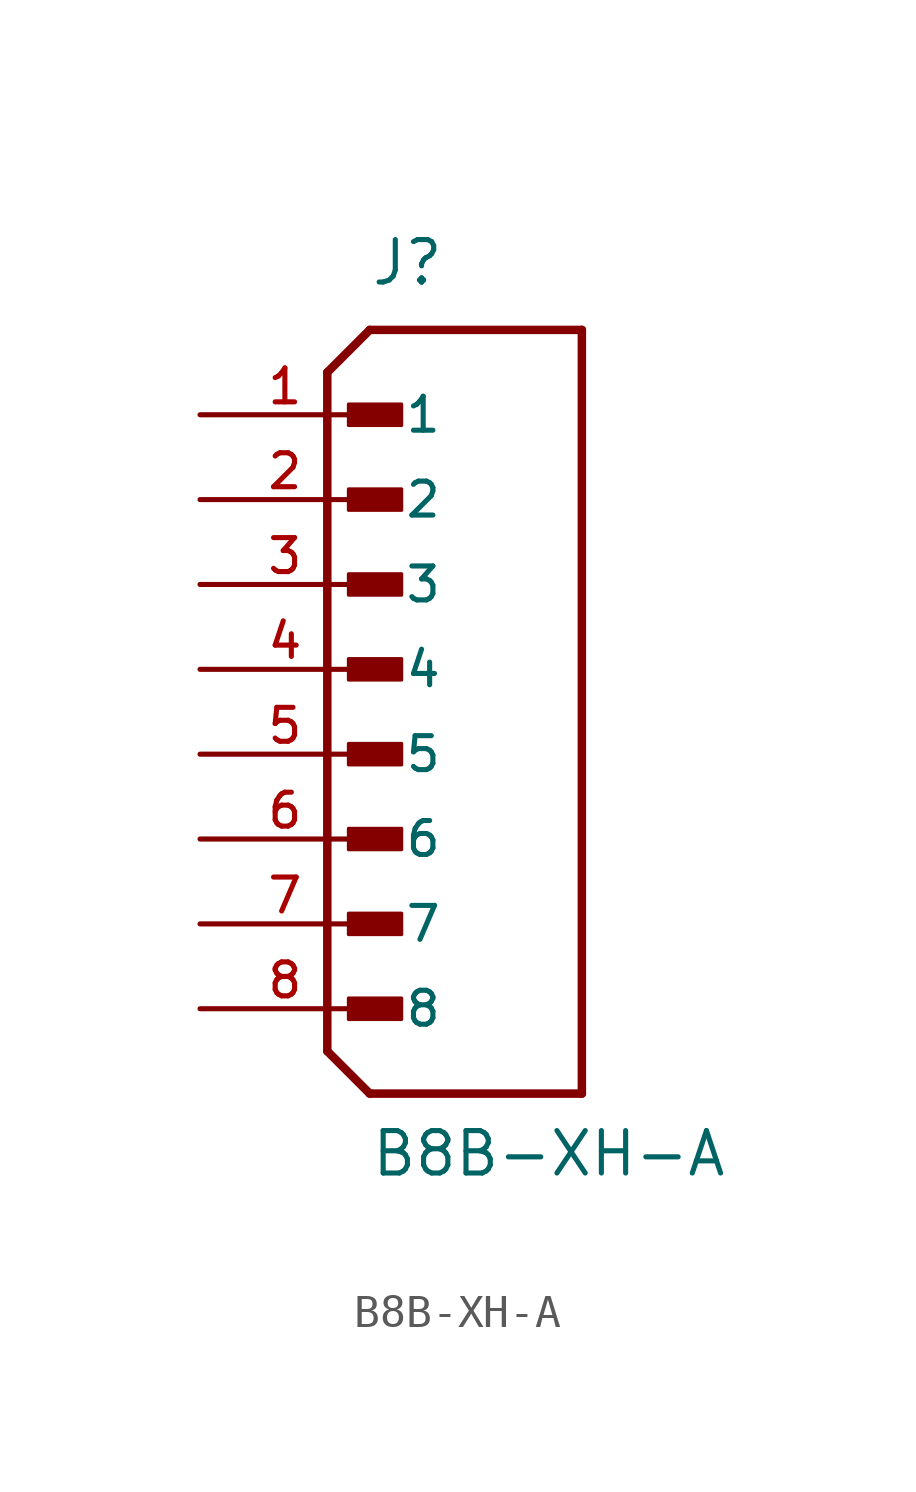
<source format=kicad_sym>
(kicad_symbol_lib
  (version 20211014)
  (generator kicad_symbol_editor)
  (symbol "B8B-XH-A"
    (pin_names
      (offset 1.016))
    (property "Reference" "J"
      (at -2.54 13.97 0)
      (effects (font (size 1.27 1.27)) (justify bottom left)))
    (property "Value" "B8B-XH-A"
      (at -2.54 -12.7 0)
      (effects (font (size 1.27 1.27)) (justify bottom left)))
    (symbol "B8B-XH-A_0_0"
      (polyline (pts (xy -3.81 11.43) (xy -2.54 12.7)) (stroke (width 0.254)))
      (polyline (pts (xy -3.81 11.43) (xy -3.81 -8.89)) (stroke (width 0.254)))
      (polyline (pts (xy -3.81 -8.89) (xy -2.54 -10.16)) (stroke (width 0.254)))
      (polyline (pts (xy -2.54 -10.16) (xy 3.81 -10.16)) (stroke (width 0.254)))
      (polyline (pts (xy 3.81 -10.16) (xy 3.81 12.7)) (stroke (width 0.254)))
      (polyline (pts (xy 3.81 12.7) (xy -2.54 12.7)) (stroke (width 0.254)))
      (rectangle (start -3.175 9.842) (end -1.587 10.477) (stroke (width 0.1)) (fill (type outline)))
      (rectangle (start -3.175 7.303) (end -1.587 7.938) (stroke (width 0.1)) (fill (type outline)))
      (rectangle (start -3.175 4.763) (end -1.587 5.397) (stroke (width 0.1)) (fill (type outline)))
      (rectangle (start -3.175 2.223) (end -1.587 2.857) (stroke (width 0.1)) (fill (type outline)))
      (rectangle (start -3.175 -0.318) (end -1.587 0.318) (stroke (width 0.1)) (fill (type outline)))
      (rectangle (start -3.175 -2.857) (end -1.587 -2.223) (stroke (width 0.1)) (fill (type outline)))
      (rectangle (start -3.175 -5.397) (end -1.587 -4.763) (stroke (width 0.1)) (fill (type outline)))
      (rectangle (start -3.175 -7.938) (end -1.587 -7.303) (stroke (width 0.1)) (fill (type outline)))
      (pin passive line (at -7.62 10.16 0) (length 5.08) (name "1" (effects (font (size 1.016 1.016)))) (number "1" (effects (font (size 1.016 1.016)))))
      (pin passive line (at -7.62 7.62 0) (length 5.08) (name "2" (effects (font (size 1.016 1.016)))) (number "2" (effects (font (size 1.016 1.016)))))
      (pin passive line (at -7.62 5.08 0) (length 5.08) (name "3" (effects (font (size 1.016 1.016)))) (number "3" (effects (font (size 1.016 1.016)))))
      (pin passive line (at -7.62 2.54 0) (length 5.08) (name "4" (effects (font (size 1.016 1.016)))) (number "4" (effects (font (size 1.016 1.016)))))
      (pin passive line (at -7.62 0.0 0) (length 5.08) (name "5" (effects (font (size 1.016 1.016)))) (number "5" (effects (font (size 1.016 1.016)))))
      (pin passive line (at -7.62 -2.54 0) (length 5.08) (name "6" (effects (font (size 1.016 1.016)))) (number "6" (effects (font (size 1.016 1.016)))))
      (pin passive line (at -7.62 -5.08 0) (length 5.08) (name "7" (effects (font (size 1.016 1.016)))) (number "7" (effects (font (size 1.016 1.016)))))
      (pin passive line (at -7.62 -7.62 0) (length 5.08) (name "8" (effects (font (size 1.016 1.016)))) (number "8" (effects (font (size 1.016 1.016))))))))
</source>
